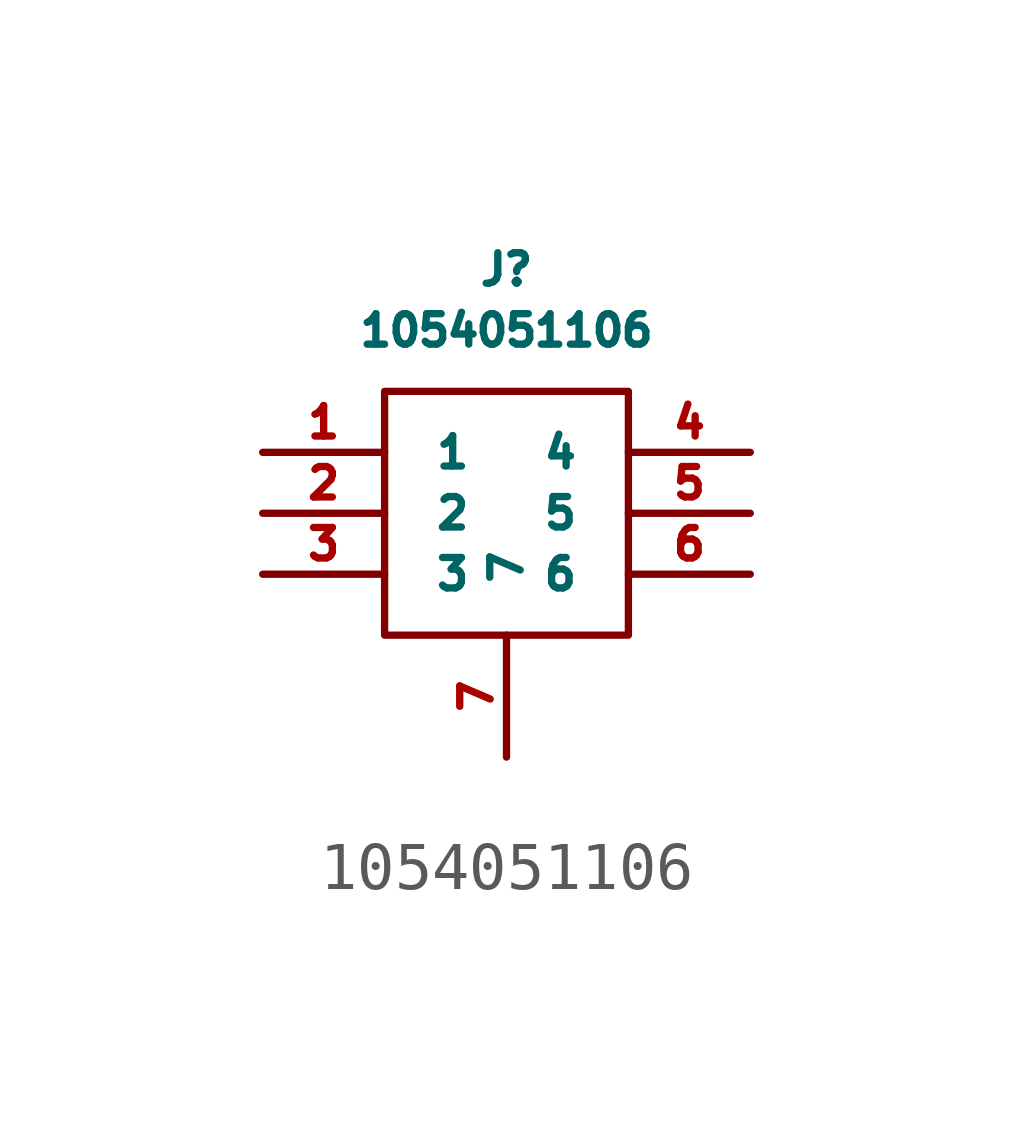
<source format=kicad_sym>
(kicad_symbol_lib
  (version 20211014)
  (generator kicad_symbol_editor)
  (symbol "1054051106"
    (pin_names
      (offset 1.016))
    (property "Reference" "J"
      (at 0 5.08 0)
      (effects (font (size 0.635 0.635))))
    (property "Value" "1054051106"
      (at 0 3.81 0)
      (effects (font (size 0.635 0.635))))
    (symbol "1054051106_0_1"
      (rectangle (start -2.54 2.54) (end 2.54 -2.54) (stroke (width 0) (type default) (color 0 0 0 0)) (fill (type none))))
    (symbol "1054051106_1_1"
      (pin passive line (at -5.08 1.27 0) (length 2.54) (name "1" (effects (font (size 0.635 0.635)))) (number "1" (effects (font (size 0.635 0.635)))))
      (pin passive line (at -5.08 0 0) (length 2.54) (name "2" (effects (font (size 0.635 0.635)))) (number "2" (effects (font (size 0.635 0.635)))))
      (pin passive line (at -5.08 -1.27 0) (length 2.54) (name "3" (effects (font (size 0.635 0.635)))) (number "3" (effects (font (size 0.635 0.635)))))
      (pin passive line (at 5.08 1.27 180) (length 2.54) (name "4" (effects (font (size 0.635 0.635)))) (number "4" (effects (font (size 0.635 0.635)))))
      (pin passive line (at 5.08 0 180) (length 2.54) (name "5" (effects (font (size 0.635 0.635)))) (number "5" (effects (font (size 0.635 0.635)))))
      (pin passive line (at 5.08 -1.27 180) (length 2.54) (name "6" (effects (font (size 0.635 0.635)))) (number "6" (effects (font (size 0.635 0.635)))))
      (pin passive line (at 0 -5.08 90) (length 2.54) (name "7" (effects (font (size 0.635 0.635)))) (number "7" (effects (font (size 0.635 0.635))))))))
</source>
